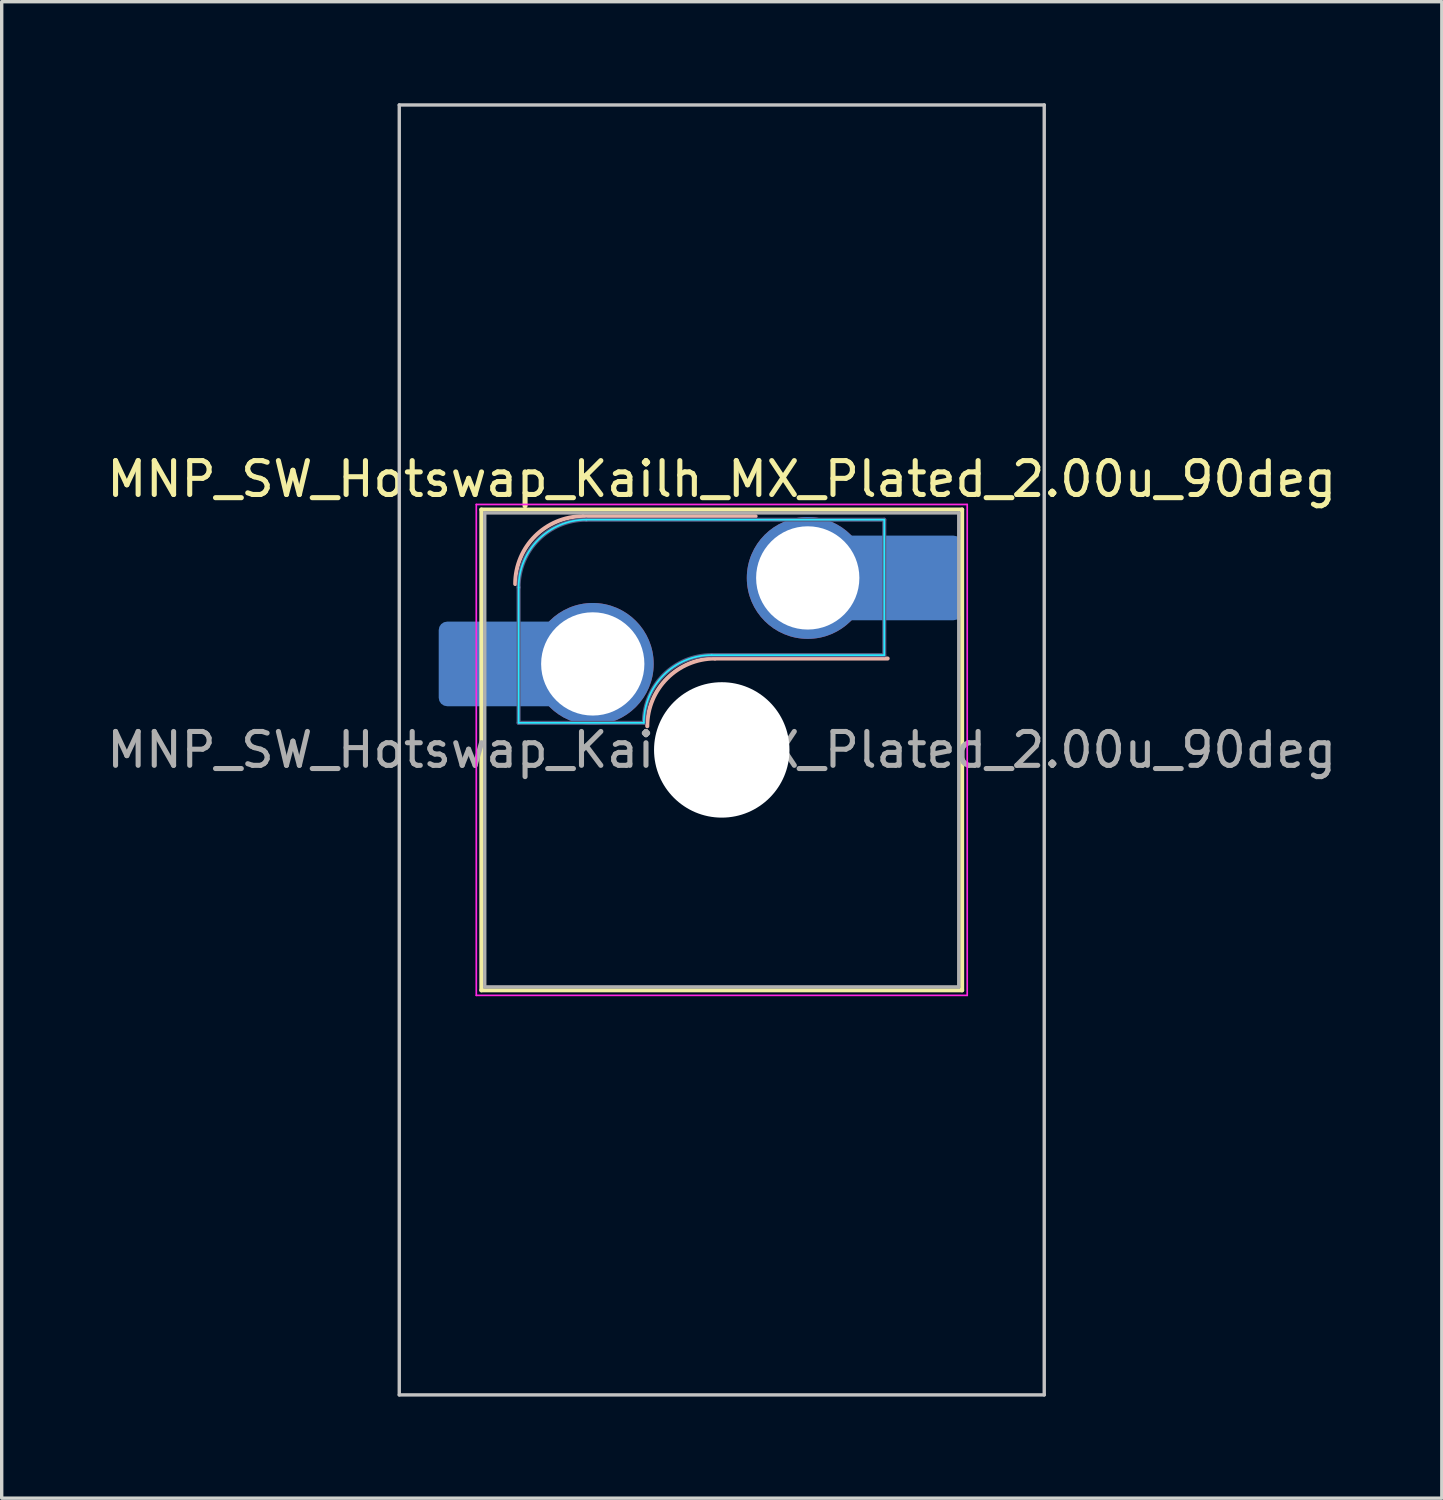
<source format=kicad_pcb>
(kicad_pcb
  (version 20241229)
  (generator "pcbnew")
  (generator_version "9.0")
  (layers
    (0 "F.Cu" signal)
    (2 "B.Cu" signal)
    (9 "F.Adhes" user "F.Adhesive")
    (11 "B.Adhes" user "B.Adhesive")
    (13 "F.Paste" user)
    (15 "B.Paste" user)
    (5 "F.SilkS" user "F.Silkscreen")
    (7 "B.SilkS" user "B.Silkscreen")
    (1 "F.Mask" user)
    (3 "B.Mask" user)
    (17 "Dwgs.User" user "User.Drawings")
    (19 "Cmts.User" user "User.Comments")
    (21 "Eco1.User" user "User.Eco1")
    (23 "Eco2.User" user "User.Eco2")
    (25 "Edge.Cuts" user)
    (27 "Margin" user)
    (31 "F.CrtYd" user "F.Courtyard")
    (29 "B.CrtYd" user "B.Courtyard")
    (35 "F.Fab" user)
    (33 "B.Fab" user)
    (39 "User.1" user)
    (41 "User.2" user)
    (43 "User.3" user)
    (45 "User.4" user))
  (footprint "MNP_SW_Hotswap_Kailh_MX_Plated_2.00u_90deg"
    (layer "F.Cu")
    (at 18.268 19.1)
    (property "Reference" "MNP_SW_Hotswap_Kailh_MX_Plated_2.00u_90deg" (at 0 -8 0) (layer "F.SilkS") (effects (font (size 1 1) (thickness 0.15))))
    (attr smd)
    (fp_line (start -7.1 -7.1) (end -7.1 7.1) (stroke (width 0.12) (type solid)) (layer "F.SilkS"))
    (fp_line (start -7.1 7.1) (end 7.1 7.1) (stroke (width 0.12) (type solid)) (layer "F.SilkS"))
    (fp_line (start 7.1 -7.1) (end -7.1 -7.1) (stroke (width 0.12) (type solid)) (layer "F.SilkS"))
    (fp_line (start 7.1 7.1) (end 7.1 -7.1) (stroke (width 0.12) (type solid)) (layer "F.SilkS"))
    (fp_line (start -4.1 -6.9) (end 1 -6.9) (stroke (width 0.12) (type solid)) (layer "B.SilkS"))
    (fp_line (start -0.2 -2.7) (end 4.9 -2.7) (stroke (width 0.12) (type solid)) (layer "B.SilkS"))
    (fp_arc (start -6.1 -4.9) (mid -5.514214 -6.314214) (end -4.1 -6.9) (stroke (width 0.12) (type solid)) (layer "B.SilkS"))
    (fp_arc (start -2.2 -0.7) (mid -1.614214 -2.114214) (end -0.2 -2.7) (stroke (width 0.12) (type solid)) (layer "B.SilkS"))
    (fp_line (start -9.525 -19.05) (end 9.525 -19.05) (stroke (width 0.1) (type solid)) (layer "Dwgs.User"))
    (fp_line (start -9.525 19.05) (end -9.525 -19.05) (stroke (width 0.1) (type solid)) (layer "Dwgs.User"))
    (fp_line (start 9.525 -19.05) (end 9.525 19.05) (stroke (width 0.1) (type solid)) (layer "Dwgs.User"))
    (fp_line (start 9.525 19.05) (end -9.525 19.05) (stroke (width 0.1) (type solid)) (layer "Dwgs.User"))
    (fp_line (start -7.8 -6) (end -7 -6) (stroke (width 0.1) (type solid)) (layer "Eco1.User"))
    (fp_line (start -7.8 -2.9) (end -7.8 -6) (stroke (width 0.1) (type solid)) (layer "Eco1.User"))
    (fp_line (start -7.8 2.9) (end -7 2.9) (stroke (width 0.1) (type solid)) (layer "Eco1.User"))
    (fp_line (start -7.8 6) (end -7.8 2.9) (stroke (width 0.1) (type solid)) (layer "Eco1.User"))
    (fp_line (start -7 -7) (end 7 -7) (stroke (width 0.1) (type solid)) (layer "Eco1.User"))
    (fp_line (start -7 -6) (end -7 -7) (stroke (width 0.1) (type solid)) (layer "Eco1.User"))
    (fp_line (start -7 -2.9) (end -7.8 -2.9) (stroke (width 0.1) (type solid)) (layer "Eco1.User"))
    (fp_line (start -7 2.9) (end -7 -2.9) (stroke (width 0.1) (type solid)) (layer "Eco1.User"))
    (fp_line (start -7 6) (end -7.8 6) (stroke (width 0.1) (type solid)) (layer "Eco1.User"))
    (fp_line (start -7 7) (end -7 6) (stroke (width 0.1) (type solid)) (layer "Eco1.User"))
    (fp_line (start 7 -7) (end 7 -6) (stroke (width 0.1) (type solid)) (layer "Eco1.User"))
    (fp_line (start 7 -6) (end 7.8 -6) (stroke (width 0.1) (type solid)) (layer "Eco1.User"))
    (fp_line (start 7 -2.9) (end 7 2.9) (stroke (width 0.1) (type solid)) (layer "Eco1.User"))
    (fp_line (start 7 2.9) (end 7.8 2.9) (stroke (width 0.1) (type solid)) (layer "Eco1.User"))
    (fp_line (start 7 6) (end 7 7) (stroke (width 0.1) (type solid)) (layer "Eco1.User"))
    (fp_line (start 7 7) (end -7 7) (stroke (width 0.1) (type solid)) (layer "Eco1.User"))
    (fp_line (start 7.8 -6) (end 7.8 -2.9) (stroke (width 0.1) (type solid)) (layer "Eco1.User"))
    (fp_line (start 7.8 -2.9) (end 7 -2.9) (stroke (width 0.1) (type solid)) (layer "Eco1.User"))
    (fp_line (start 7.8 2.9) (end 7.8 6) (stroke (width 0.1) (type solid)) (layer "Eco1.User"))
    (fp_line (start 7.8 6) (end 7 6) (stroke (width 0.1) (type solid)) (layer "Eco1.User"))
    (fp_line (start -6 -0.8) (end -6 -4.8) (stroke (width 0.05) (type solid)) (layer "B.CrtYd"))
    (fp_line (start -6 -0.8) (end -2.3 -0.8) (stroke (width 0.05) (type solid)) (layer "B.CrtYd"))
    (fp_line (start -4 -6.8) (end 4.8 -6.8) (stroke (width 0.05) (type solid)) (layer "B.CrtYd"))
    (fp_line (start -0.3 -2.8) (end 4.8 -2.8) (stroke (width 0.05) (type solid)) (layer "B.CrtYd"))
    (fp_line (start 4.8 -6.8) (end 4.8 -2.8) (stroke (width 0.05) (type solid)) (layer "B.CrtYd"))
    (fp_arc (start -6 -4.8) (mid -5.414214 -6.214214) (end -4 -6.8) (stroke (width 0.05) (type solid)) (layer "B.CrtYd"))
    (fp_arc (start -2.3 -0.8) (mid -1.714214 -2.214214) (end -0.3 -2.8) (stroke (width 0.05) (type solid)) (layer "B.CrtYd"))
    (fp_line (start -7.25 -7.25) (end -7.25 7.25) (stroke (width 0.05) (type solid)) (layer "F.CrtYd"))
    (fp_line (start -7.25 7.25) (end 7.25 7.25) (stroke (width 0.05) (type solid)) (layer "F.CrtYd"))
    (fp_line (start 7.25 -7.25) (end -7.25 -7.25) (stroke (width 0.05) (type solid)) (layer "F.CrtYd"))
    (fp_line (start 7.25 7.25) (end 7.25 -7.25) (stroke (width 0.05) (type solid)) (layer "F.CrtYd"))
    (fp_line (start -6 -0.8) (end -6 -4.8) (stroke (width 0.12) (type solid)) (layer "B.Fab"))
    (fp_line (start -6 -0.8) (end -2.3 -0.8) (stroke (width 0.12) (type solid)) (layer "B.Fab"))
    (fp_line (start -4 -6.8) (end 4.8 -6.8) (stroke (width 0.12) (type solid)) (layer "B.Fab"))
    (fp_line (start -0.3 -2.8) (end 4.8 -2.8) (stroke (width 0.12) (type solid)) (layer "B.Fab"))
    (fp_line (start 4.8 -6.8) (end 4.8 -2.8) (stroke (width 0.12) (type solid)) (layer "B.Fab"))
    (fp_arc (start -6 -4.8) (mid -5.414214 -6.214214) (end -4 -6.8) (stroke (width 0.12) (type solid)) (layer "B.Fab"))
    (fp_arc (start -2.3 -0.8) (mid -1.714214 -2.214214) (end -0.3 -2.8) (stroke (width 0.12) (type solid)) (layer "B.Fab"))
    (fp_line (start -7 -7) (end -7 7) (stroke (width 0.1) (type solid)) (layer "F.Fab"))
    (fp_line (start -7 7) (end 7 7) (stroke (width 0.1) (type solid)) (layer "F.Fab"))
    (fp_line (start 7 -7) (end -7 -7) (stroke (width 0.1) (type solid)) (layer "F.Fab"))
    (fp_line (start 7 7) (end 7 -7) (stroke (width 0.1) (type solid)) (layer "F.Fab"))
    (fp_text user "${REFERENCE}" (at 0 0 0) (layer "F.Fab") (effects (font (size 1 1) (thickness 0.15))))
    (pad "" smd roundrect (at -7.085 -2.54) (size 2.55 2.5) (layers "B.Mask" "B.Paste") (roundrect_rratio 0.1))
    (pad "" np_thru_hole circle (at 0 0) (size 4 4) (drill 4) (layers "*.Cu" "*.Mask"))
    (pad "" smd roundrect (at 5.842 -5.08) (size 2.55 2.5) (layers "B.Mask" "B.Paste") (roundrect_rratio 0.1))
    (pad "1" smd roundrect (at -6.585 -2.54) (size 3.55 2.5) (layers "B.Cu") (roundrect_rratio 0.1))
    (pad "1" thru_hole circle (at -3.81 -2.54) (size 3.6 3.6) (drill 3.05) (layers "*.Cu" "*.Mask"))
    (pad "2" thru_hole circle (at 2.54 -5.08) (size 3.6 3.6) (drill 3.05) (layers "*.Cu" "*.Mask"))
    (pad "2" smd roundrect (at 5.32 -5.08) (size 3.55 2.5) (layers "B.Cu") (roundrect_rratio 0.1)))
  (gr_rect
    (start -3 -3)
    (end 39.536 41.2)
    (stroke (width 0.1) (type default))
    (fill no)
    (layer "Edge.Cuts")))
</source>
